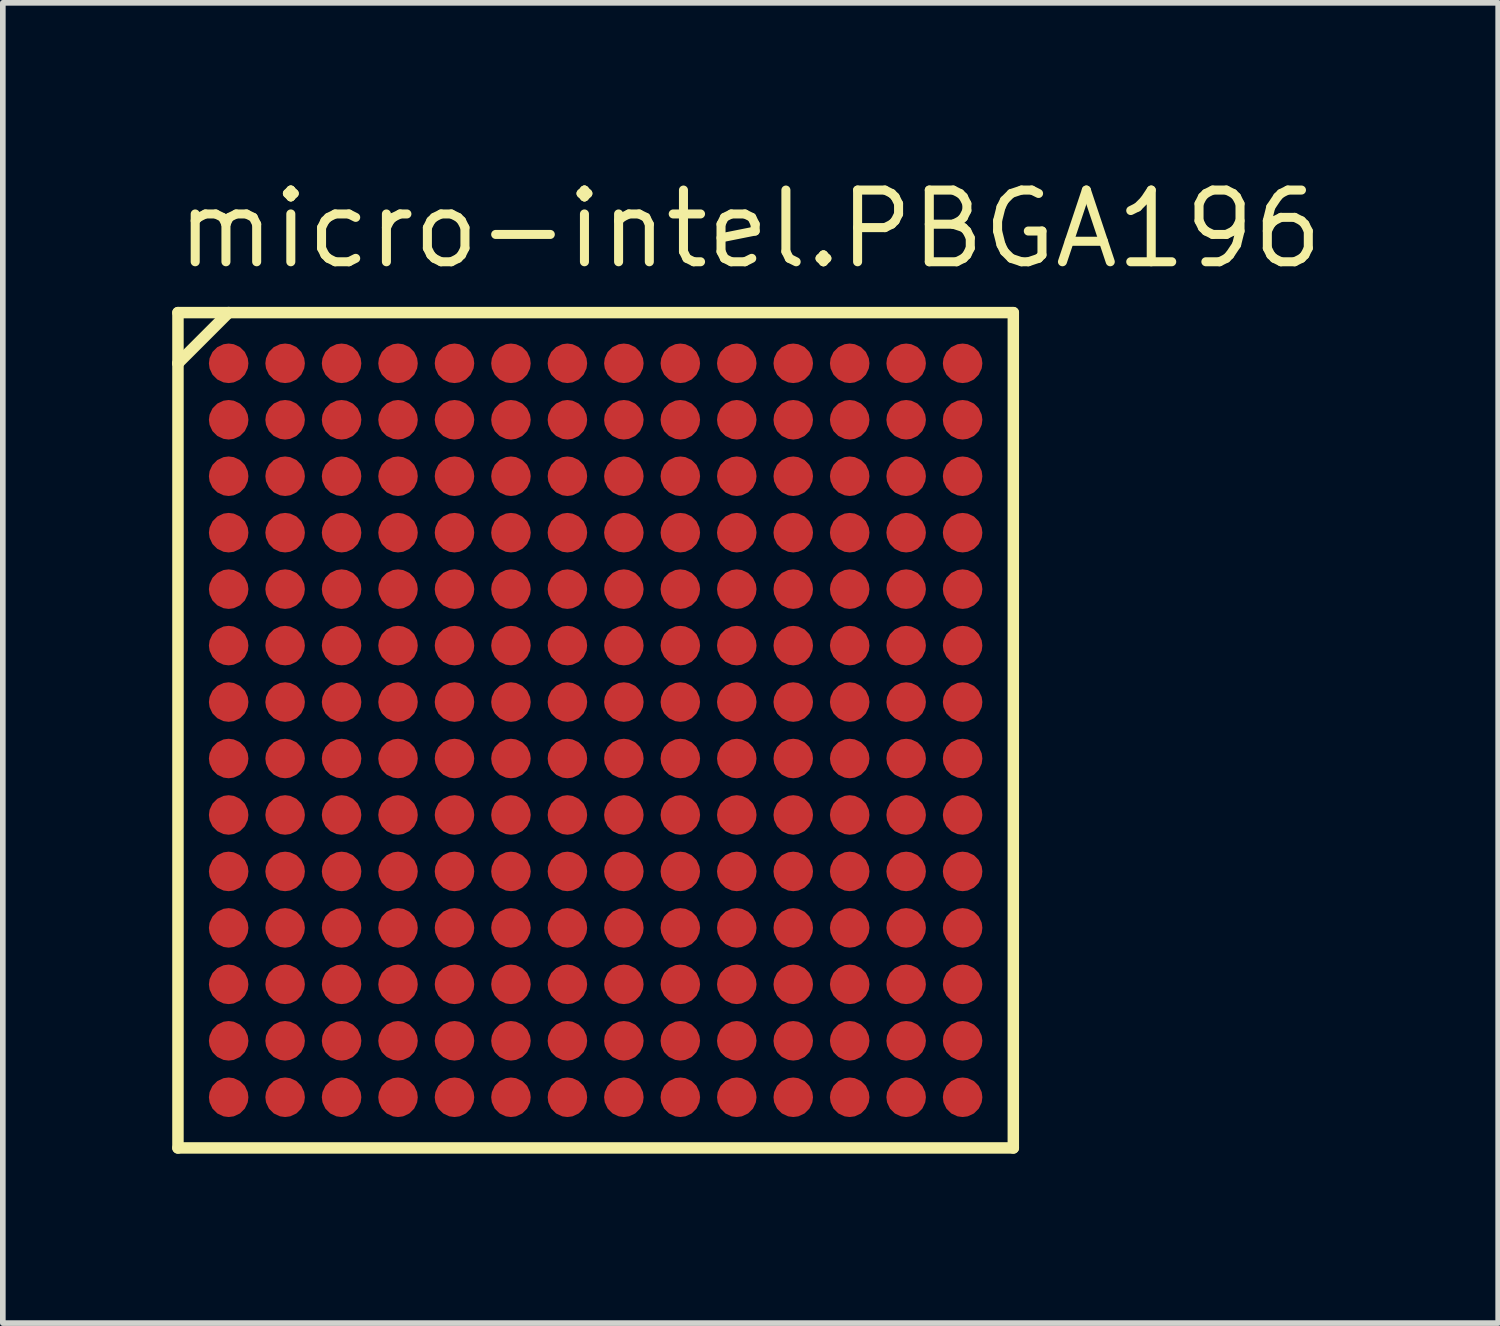
<source format=kicad_pcb>
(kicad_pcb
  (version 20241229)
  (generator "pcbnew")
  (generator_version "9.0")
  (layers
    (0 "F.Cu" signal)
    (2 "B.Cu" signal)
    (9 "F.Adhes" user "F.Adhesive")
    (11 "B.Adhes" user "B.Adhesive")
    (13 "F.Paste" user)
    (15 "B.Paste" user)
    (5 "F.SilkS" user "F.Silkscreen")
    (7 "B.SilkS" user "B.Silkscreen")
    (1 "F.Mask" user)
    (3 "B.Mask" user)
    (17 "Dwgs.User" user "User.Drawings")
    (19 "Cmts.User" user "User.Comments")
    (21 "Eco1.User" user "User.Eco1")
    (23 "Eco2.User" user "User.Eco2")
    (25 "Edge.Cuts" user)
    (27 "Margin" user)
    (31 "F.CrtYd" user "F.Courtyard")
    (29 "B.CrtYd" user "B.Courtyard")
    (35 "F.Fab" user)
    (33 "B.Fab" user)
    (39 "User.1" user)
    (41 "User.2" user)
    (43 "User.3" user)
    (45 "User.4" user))
  (footprint "micro-intel.PBGA196"
    (layer "F.Cu")
    (at 7.5 9.885)
    (property "Reference" "micro-intel.PBGA196" (at -7.5 -8.135 0) (layer "F.SilkS") (effects (font (size 1.27 1.27) (thickness 0.16)) (justify left bottom)))
    (attr smd)
    (fp_circle (center -6.5 -6.5) (end -6.2 -6.5) (stroke (width 0.1) (type default)) (fill no) (layer "F.Mask"))
    (fp_circle (center -6.5 -5.5) (end -6.2 -5.5) (stroke (width 0.1) (type default)) (fill no) (layer "F.Mask"))
    (fp_circle (center -6.5 -4.5) (end -6.2 -4.5) (stroke (width 0.1) (type default)) (fill no) (layer "F.Mask"))
    (fp_circle (center -6.5 -3.5) (end -6.2 -3.5) (stroke (width 0.1) (type default)) (fill no) (layer "F.Mask"))
    (fp_circle (center -6.5 -2.5) (end -6.2 -2.5) (stroke (width 0.1) (type default)) (fill no) (layer "F.Mask"))
    (fp_circle (center -6.5 -1.5) (end -6.2 -1.5) (stroke (width 0.1) (type default)) (fill no) (layer "F.Mask"))
    (fp_circle (center -6.5 -0.5) (end -6.2 -0.5) (stroke (width 0.1) (type default)) (fill no) (layer "F.Mask"))
    (fp_circle (center -6.5 0.5) (end -6.2 0.5) (stroke (width 0.1) (type default)) (fill no) (layer "F.Mask"))
    (fp_circle (center -6.5 1.5) (end -6.2 1.5) (stroke (width 0.1) (type default)) (fill no) (layer "F.Mask"))
    (fp_circle (center -6.5 2.5) (end -6.2 2.5) (stroke (width 0.1) (type default)) (fill no) (layer "F.Mask"))
    (fp_circle (center -6.5 3.5) (end -6.2 3.5) (stroke (width 0.1) (type default)) (fill no) (layer "F.Mask"))
    (fp_circle (center -6.5 4.5) (end -6.2 4.5) (stroke (width 0.1) (type default)) (fill no) (layer "F.Mask"))
    (fp_circle (center -6.5 5.5) (end -6.2 5.5) (stroke (width 0.1) (type default)) (fill no) (layer "F.Mask"))
    (fp_circle (center -6.5 6.5) (end -6.2 6.5) (stroke (width 0.1) (type default)) (fill no) (layer "F.Mask"))
    (fp_circle (center -5.5 -6.5) (end -5.2 -6.5) (stroke (width 0.1) (type default)) (fill no) (layer "F.Mask"))
    (fp_circle (center -5.5 -5.5) (end -5.2 -5.5) (stroke (width 0.1) (type default)) (fill no) (layer "F.Mask"))
    (fp_circle (center -5.5 -4.5) (end -5.2 -4.5) (stroke (width 0.1) (type default)) (fill no) (layer "F.Mask"))
    (fp_circle (center -5.5 -3.5) (end -5.2 -3.5) (stroke (width 0.1) (type default)) (fill no) (layer "F.Mask"))
    (fp_circle (center -5.5 -2.5) (end -5.2 -2.5) (stroke (width 0.1) (type default)) (fill no) (layer "F.Mask"))
    (fp_circle (center -5.5 -1.5) (end -5.2 -1.5) (stroke (width 0.1) (type default)) (fill no) (layer "F.Mask"))
    (fp_circle (center -5.5 -0.5) (end -5.2 -0.5) (stroke (width 0.1) (type default)) (fill no) (layer "F.Mask"))
    (fp_circle (center -5.5 0.5) (end -5.2 0.5) (stroke (width 0.1) (type default)) (fill no) (layer "F.Mask"))
    (fp_circle (center -5.5 1.5) (end -5.2 1.5) (stroke (width 0.1) (type default)) (fill no) (layer "F.Mask"))
    (fp_circle (center -5.5 2.5) (end -5.2 2.5) (stroke (width 0.1) (type default)) (fill no) (layer "F.Mask"))
    (fp_circle (center -5.5 3.5) (end -5.2 3.5) (stroke (width 0.1) (type default)) (fill no) (layer "F.Mask"))
    (fp_circle (center -5.5 4.5) (end -5.2 4.5) (stroke (width 0.1) (type default)) (fill no) (layer "F.Mask"))
    (fp_circle (center -5.5 5.5) (end -5.2 5.5) (stroke (width 0.1) (type default)) (fill no) (layer "F.Mask"))
    (fp_circle (center -5.5 6.5) (end -5.2 6.5) (stroke (width 0.1) (type default)) (fill no) (layer "F.Mask"))
    (fp_circle (center -4.5 -6.5) (end -4.2 -6.5) (stroke (width 0.1) (type default)) (fill no) (layer "F.Mask"))
    (fp_circle (center -4.5 -5.5) (end -4.2 -5.5) (stroke (width 0.1) (type default)) (fill no) (layer "F.Mask"))
    (fp_circle (center -4.5 -4.5) (end -4.2 -4.5) (stroke (width 0.1) (type default)) (fill no) (layer "F.Mask"))
    (fp_circle (center -4.5 -3.5) (end -4.2 -3.5) (stroke (width 0.1) (type default)) (fill no) (layer "F.Mask"))
    (fp_circle (center -4.5 -2.5) (end -4.2 -2.5) (stroke (width 0.1) (type default)) (fill no) (layer "F.Mask"))
    (fp_circle (center -4.5 -1.5) (end -4.2 -1.5) (stroke (width 0.1) (type default)) (fill no) (layer "F.Mask"))
    (fp_circle (center -4.5 -0.5) (end -4.2 -0.5) (stroke (width 0.1) (type default)) (fill no) (layer "F.Mask"))
    (fp_circle (center -4.5 0.5) (end -4.2 0.5) (stroke (width 0.1) (type default)) (fill no) (layer "F.Mask"))
    (fp_circle (center -4.5 1.5) (end -4.2 1.5) (stroke (width 0.1) (type default)) (fill no) (layer "F.Mask"))
    (fp_circle (center -4.5 2.5) (end -4.2 2.5) (stroke (width 0.1) (type default)) (fill no) (layer "F.Mask"))
    (fp_circle (center -4.5 3.5) (end -4.2 3.5) (stroke (width 0.1) (type default)) (fill no) (layer "F.Mask"))
    (fp_circle (center -4.5 4.5) (end -4.2 4.5) (stroke (width 0.1) (type default)) (fill no) (layer "F.Mask"))
    (fp_circle (center -4.5 5.5) (end -4.2 5.5) (stroke (width 0.1) (type default)) (fill no) (layer "F.Mask"))
    (fp_circle (center -4.5 6.5) (end -4.2 6.5) (stroke (width 0.1) (type default)) (fill no) (layer "F.Mask"))
    (fp_circle (center -3.5 -6.5) (end -3.2 -6.5) (stroke (width 0.1) (type default)) (fill no) (layer "F.Mask"))
    (fp_circle (center -3.5 -5.5) (end -3.2 -5.5) (stroke (width 0.1) (type default)) (fill no) (layer "F.Mask"))
    (fp_circle (center -3.5 -4.5) (end -3.2 -4.5) (stroke (width 0.1) (type default)) (fill no) (layer "F.Mask"))
    (fp_circle (center -3.5 -3.5) (end -3.2 -3.5) (stroke (width 0.1) (type default)) (fill no) (layer "F.Mask"))
    (fp_circle (center -3.5 -2.5) (end -3.2 -2.5) (stroke (width 0.1) (type default)) (fill no) (layer "F.Mask"))
    (fp_circle (center -3.5 -1.5) (end -3.2 -1.5) (stroke (width 0.1) (type default)) (fill no) (layer "F.Mask"))
    (fp_circle (center -3.5 -0.5) (end -3.2 -0.5) (stroke (width 0.1) (type default)) (fill no) (layer "F.Mask"))
    (fp_circle (center -3.5 0.5) (end -3.2 0.5) (stroke (width 0.1) (type default)) (fill no) (layer "F.Mask"))
    (fp_circle (center -3.5 1.5) (end -3.2 1.5) (stroke (width 0.1) (type default)) (fill no) (layer "F.Mask"))
    (fp_circle (center -3.5 2.5) (end -3.2 2.5) (stroke (width 0.1) (type default)) (fill no) (layer "F.Mask"))
    (fp_circle (center -3.5 3.5) (end -3.2 3.5) (stroke (width 0.1) (type default)) (fill no) (layer "F.Mask"))
    (fp_circle (center -3.5 4.5) (end -3.2 4.5) (stroke (width 0.1) (type default)) (fill no) (layer "F.Mask"))
    (fp_circle (center -3.5 5.5) (end -3.2 5.5) (stroke (width 0.1) (type default)) (fill no) (layer "F.Mask"))
    (fp_circle (center -3.5 6.5) (end -3.2 6.5) (stroke (width 0.1) (type default)) (fill no) (layer "F.Mask"))
    (fp_circle (center -2.5 -6.5) (end -2.2 -6.5) (stroke (width 0.1) (type default)) (fill no) (layer "F.Mask"))
    (fp_circle (center -2.5 -5.5) (end -2.2 -5.5) (stroke (width 0.1) (type default)) (fill no) (layer "F.Mask"))
    (fp_circle (center -2.5 -4.5) (end -2.2 -4.5) (stroke (width 0.1) (type default)) (fill no) (layer "F.Mask"))
    (fp_circle (center -2.5 -3.5) (end -2.2 -3.5) (stroke (width 0.1) (type default)) (fill no) (layer "F.Mask"))
    (fp_circle (center -2.5 -2.5) (end -2.2 -2.5) (stroke (width 0.1) (type default)) (fill no) (layer "F.Mask"))
    (fp_circle (center -2.5 -1.5) (end -2.2 -1.5) (stroke (width 0.1) (type default)) (fill no) (layer "F.Mask"))
    (fp_circle (center -2.5 -0.5) (end -2.2 -0.5) (stroke (width 0.1) (type default)) (fill no) (layer "F.Mask"))
    (fp_circle (center -2.5 0.5) (end -2.2 0.5) (stroke (width 0.1) (type default)) (fill no) (layer "F.Mask"))
    (fp_circle (center -2.5 1.5) (end -2.2 1.5) (stroke (width 0.1) (type default)) (fill no) (layer "F.Mask"))
    (fp_circle (center -2.5 2.5) (end -2.2 2.5) (stroke (width 0.1) (type default)) (fill no) (layer "F.Mask"))
    (fp_circle (center -2.5 3.5) (end -2.2 3.5) (stroke (width 0.1) (type default)) (fill no) (layer "F.Mask"))
    (fp_circle (center -2.5 4.5) (end -2.2 4.5) (stroke (width 0.1) (type default)) (fill no) (layer "F.Mask"))
    (fp_circle (center -2.5 5.5) (end -2.2 5.5) (stroke (width 0.1) (type default)) (fill no) (layer "F.Mask"))
    (fp_circle (center -2.5 6.5) (end -2.2 6.5) (stroke (width 0.1) (type default)) (fill no) (layer "F.Mask"))
    (fp_circle (center -1.5 -6.5) (end -1.2 -6.5) (stroke (width 0.1) (type default)) (fill no) (layer "F.Mask"))
    (fp_circle (center -1.5 -5.5) (end -1.2 -5.5) (stroke (width 0.1) (type default)) (fill no) (layer "F.Mask"))
    (fp_circle (center -1.5 -4.5) (end -1.2 -4.5) (stroke (width 0.1) (type default)) (fill no) (layer "F.Mask"))
    (fp_circle (center -1.5 -3.5) (end -1.2 -3.5) (stroke (width 0.1) (type default)) (fill no) (layer "F.Mask"))
    (fp_circle (center -1.5 -2.5) (end -1.2 -2.5) (stroke (width 0.1) (type default)) (fill no) (layer "F.Mask"))
    (fp_circle (center -1.5 -1.5) (end -1.2 -1.5) (stroke (width 0.1) (type default)) (fill no) (layer "F.Mask"))
    (fp_circle (center -1.5 -0.5) (end -1.2 -0.5) (stroke (width 0.1) (type default)) (fill no) (layer "F.Mask"))
    (fp_circle (center -1.5 0.5) (end -1.2 0.5) (stroke (width 0.1) (type default)) (fill no) (layer "F.Mask"))
    (fp_circle (center -1.5 1.5) (end -1.2 1.5) (stroke (width 0.1) (type default)) (fill no) (layer "F.Mask"))
    (fp_circle (center -1.5 2.5) (end -1.2 2.5) (stroke (width 0.1) (type default)) (fill no) (layer "F.Mask"))
    (fp_circle (center -1.5 3.5) (end -1.2 3.5) (stroke (width 0.1) (type default)) (fill no) (layer "F.Mask"))
    (fp_circle (center -1.5 4.5) (end -1.2 4.5) (stroke (width 0.1) (type default)) (fill no) (layer "F.Mask"))
    (fp_circle (center -1.5 5.5) (end -1.2 5.5) (stroke (width 0.1) (type default)) (fill no) (layer "F.Mask"))
    (fp_circle (center -1.5 6.5) (end -1.2 6.5) (stroke (width 0.1) (type default)) (fill no) (layer "F.Mask"))
    (fp_circle (center -0.5 -6.5) (end -0.2 -6.5) (stroke (width 0.1) (type default)) (fill no) (layer "F.Mask"))
    (fp_circle (center -0.5 -5.5) (end -0.2 -5.5) (stroke (width 0.1) (type default)) (fill no) (layer "F.Mask"))
    (fp_circle (center -0.5 -4.5) (end -0.2 -4.5) (stroke (width 0.1) (type default)) (fill no) (layer "F.Mask"))
    (fp_circle (center -0.5 -3.5) (end -0.2 -3.5) (stroke (width 0.1) (type default)) (fill no) (layer "F.Mask"))
    (fp_circle (center -0.5 -2.5) (end -0.2 -2.5) (stroke (width 0.1) (type default)) (fill no) (layer "F.Mask"))
    (fp_circle (center -0.5 -1.5) (end -0.2 -1.5) (stroke (width 0.1) (type default)) (fill no) (layer "F.Mask"))
    (fp_circle (center -0.5 -0.5) (end -0.2 -0.5) (stroke (width 0.1) (type default)) (fill no) (layer "F.Mask"))
    (fp_circle (center -0.5 0.5) (end -0.2 0.5) (stroke (width 0.1) (type default)) (fill no) (layer "F.Mask"))
    (fp_circle (center -0.5 1.5) (end -0.2 1.5) (stroke (width 0.1) (type default)) (fill no) (layer "F.Mask"))
    (fp_circle (center -0.5 2.5) (end -0.2 2.5) (stroke (width 0.1) (type default)) (fill no) (layer "F.Mask"))
    (fp_circle (center -0.5 3.5) (end -0.2 3.5) (stroke (width 0.1) (type default)) (fill no) (layer "F.Mask"))
    (fp_circle (center -0.5 4.5) (end -0.2 4.5) (stroke (width 0.1) (type default)) (fill no) (layer "F.Mask"))
    (fp_circle (center -0.5 5.5) (end -0.2 5.5) (stroke (width 0.1) (type default)) (fill no) (layer "F.Mask"))
    (fp_circle (center -0.5 6.5) (end -0.2 6.5) (stroke (width 0.1) (type default)) (fill no) (layer "F.Mask"))
    (fp_circle (center 0.5 -6.5) (end 0.8 -6.5) (stroke (width 0.1) (type default)) (fill no) (layer "F.Mask"))
    (fp_circle (center 0.5 -5.5) (end 0.8 -5.5) (stroke (width 0.1) (type default)) (fill no) (layer "F.Mask"))
    (fp_circle (center 0.5 -4.5) (end 0.8 -4.5) (stroke (width 0.1) (type default)) (fill no) (layer "F.Mask"))
    (fp_circle (center 0.5 -3.5) (end 0.8 -3.5) (stroke (width 0.1) (type default)) (fill no) (layer "F.Mask"))
    (fp_circle (center 0.5 -2.5) (end 0.8 -2.5) (stroke (width 0.1) (type default)) (fill no) (layer "F.Mask"))
    (fp_circle (center 0.5 -1.5) (end 0.8 -1.5) (stroke (width 0.1) (type default)) (fill no) (layer "F.Mask"))
    (fp_circle (center 0.5 -0.5) (end 0.8 -0.5) (stroke (width 0.1) (type default)) (fill no) (layer "F.Mask"))
    (fp_circle (center 0.5 0.5) (end 0.8 0.5) (stroke (width 0.1) (type default)) (fill no) (layer "F.Mask"))
    (fp_circle (center 0.5 1.5) (end 0.8 1.5) (stroke (width 0.1) (type default)) (fill no) (layer "F.Mask"))
    (fp_circle (center 0.5 2.5) (end 0.8 2.5) (stroke (width 0.1) (type default)) (fill no) (layer "F.Mask"))
    (fp_circle (center 0.5 3.5) (end 0.8 3.5) (stroke (width 0.1) (type default)) (fill no) (layer "F.Mask"))
    (fp_circle (center 0.5 4.5) (end 0.8 4.5) (stroke (width 0.1) (type default)) (fill no) (layer "F.Mask"))
    (fp_circle (center 0.5 5.5) (end 0.8 5.5) (stroke (width 0.1) (type default)) (fill no) (layer "F.Mask"))
    (fp_circle (center 0.5 6.5) (end 0.8 6.5) (stroke (width 0.1) (type default)) (fill no) (layer "F.Mask"))
    (fp_circle (center 1.5 -6.5) (end 1.8 -6.5) (stroke (width 0.1) (type default)) (fill no) (layer "F.Mask"))
    (fp_circle (center 1.5 -5.5) (end 1.8 -5.5) (stroke (width 0.1) (type default)) (fill no) (layer "F.Mask"))
    (fp_circle (center 1.5 -4.5) (end 1.8 -4.5) (stroke (width 0.1) (type default)) (fill no) (layer "F.Mask"))
    (fp_circle (center 1.5 -3.5) (end 1.8 -3.5) (stroke (width 0.1) (type default)) (fill no) (layer "F.Mask"))
    (fp_circle (center 1.5 -2.5) (end 1.8 -2.5) (stroke (width 0.1) (type default)) (fill no) (layer "F.Mask"))
    (fp_circle (center 1.5 -1.5) (end 1.8 -1.5) (stroke (width 0.1) (type default)) (fill no) (layer "F.Mask"))
    (fp_circle (center 1.5 -0.5) (end 1.8 -0.5) (stroke (width 0.1) (type default)) (fill no) (layer "F.Mask"))
    (fp_circle (center 1.5 0.5) (end 1.8 0.5) (stroke (width 0.1) (type default)) (fill no) (layer "F.Mask"))
    (fp_circle (center 1.5 1.5) (end 1.8 1.5) (stroke (width 0.1) (type default)) (fill no) (layer "F.Mask"))
    (fp_circle (center 1.5 2.5) (end 1.8 2.5) (stroke (width 0.1) (type default)) (fill no) (layer "F.Mask"))
    (fp_circle (center 1.5 3.5) (end 1.8 3.5) (stroke (width 0.1) (type default)) (fill no) (layer "F.Mask"))
    (fp_circle (center 1.5 4.5) (end 1.8 4.5) (stroke (width 0.1) (type default)) (fill no) (layer "F.Mask"))
    (fp_circle (center 1.5 5.5) (end 1.8 5.5) (stroke (width 0.1) (type default)) (fill no) (layer "F.Mask"))
    (fp_circle (center 1.5 6.5) (end 1.8 6.5) (stroke (width 0.1) (type default)) (fill no) (layer "F.Mask"))
    (fp_circle (center 2.5 -6.5) (end 2.8 -6.5) (stroke (width 0.1) (type default)) (fill no) (layer "F.Mask"))
    (fp_circle (center 2.5 -5.5) (end 2.8 -5.5) (stroke (width 0.1) (type default)) (fill no) (layer "F.Mask"))
    (fp_circle (center 2.5 -4.5) (end 2.8 -4.5) (stroke (width 0.1) (type default)) (fill no) (layer "F.Mask"))
    (fp_circle (center 2.5 -3.5) (end 2.8 -3.5) (stroke (width 0.1) (type default)) (fill no) (layer "F.Mask"))
    (fp_circle (center 2.5 -2.5) (end 2.8 -2.5) (stroke (width 0.1) (type default)) (fill no) (layer "F.Mask"))
    (fp_circle (center 2.5 -1.5) (end 2.8 -1.5) (stroke (width 0.1) (type default)) (fill no) (layer "F.Mask"))
    (fp_circle (center 2.5 -0.5) (end 2.8 -0.5) (stroke (width 0.1) (type default)) (fill no) (layer "F.Mask"))
    (fp_circle (center 2.5 0.5) (end 2.8 0.5) (stroke (width 0.1) (type default)) (fill no) (layer "F.Mask"))
    (fp_circle (center 2.5 1.5) (end 2.8 1.5) (stroke (width 0.1) (type default)) (fill no) (layer "F.Mask"))
    (fp_circle (center 2.5 2.5) (end 2.8 2.5) (stroke (width 0.1) (type default)) (fill no) (layer "F.Mask"))
    (fp_circle (center 2.5 3.5) (end 2.8 3.5) (stroke (width 0.1) (type default)) (fill no) (layer "F.Mask"))
    (fp_circle (center 2.5 4.5) (end 2.8 4.5) (stroke (width 0.1) (type default)) (fill no) (layer "F.Mask"))
    (fp_circle (center 2.5 5.5) (end 2.8 5.5) (stroke (width 0.1) (type default)) (fill no) (layer "F.Mask"))
    (fp_circle (center 2.5 6.5) (end 2.8 6.5) (stroke (width 0.1) (type default)) (fill no) (layer "F.Mask"))
    (fp_circle (center 3.5 -6.5) (end 3.8 -6.5) (stroke (width 0.1) (type default)) (fill no) (layer "F.Mask"))
    (fp_circle (center 3.5 -5.5) (end 3.8 -5.5) (stroke (width 0.1) (type default)) (fill no) (layer "F.Mask"))
    (fp_circle (center 3.5 -4.5) (end 3.8 -4.5) (stroke (width 0.1) (type default)) (fill no) (layer "F.Mask"))
    (fp_circle (center 3.5 -3.5) (end 3.8 -3.5) (stroke (width 0.1) (type default)) (fill no) (layer "F.Mask"))
    (fp_circle (center 3.5 -2.5) (end 3.8 -2.5) (stroke (width 0.1) (type default)) (fill no) (layer "F.Mask"))
    (fp_circle (center 3.5 -1.5) (end 3.8 -1.5) (stroke (width 0.1) (type default)) (fill no) (layer "F.Mask"))
    (fp_circle (center 3.5 -0.5) (end 3.8 -0.5) (stroke (width 0.1) (type default)) (fill no) (layer "F.Mask"))
    (fp_circle (center 3.5 0.5) (end 3.8 0.5) (stroke (width 0.1) (type default)) (fill no) (layer "F.Mask"))
    (fp_circle (center 3.5 1.5) (end 3.8 1.5) (stroke (width 0.1) (type default)) (fill no) (layer "F.Mask"))
    (fp_circle (center 3.5 2.5) (end 3.8 2.5) (stroke (width 0.1) (type default)) (fill no) (layer "F.Mask"))
    (fp_circle (center 3.5 3.5) (end 3.8 3.5) (stroke (width 0.1) (type default)) (fill no) (layer "F.Mask"))
    (fp_circle (center 3.5 4.5) (end 3.8 4.5) (stroke (width 0.1) (type default)) (fill no) (layer "F.Mask"))
    (fp_circle (center 3.5 5.5) (end 3.8 5.5) (stroke (width 0.1) (type default)) (fill no) (layer "F.Mask"))
    (fp_circle (center 3.5 6.5) (end 3.8 6.5) (stroke (width 0.1) (type default)) (fill no) (layer "F.Mask"))
    (fp_circle (center 4.5 -6.5) (end 4.8 -6.5) (stroke (width 0.1) (type default)) (fill no) (layer "F.Mask"))
    (fp_circle (center 4.5 -5.5) (end 4.8 -5.5) (stroke (width 0.1) (type default)) (fill no) (layer "F.Mask"))
    (fp_circle (center 4.5 -4.5) (end 4.8 -4.5) (stroke (width 0.1) (type default)) (fill no) (layer "F.Mask"))
    (fp_circle (center 4.5 -3.5) (end 4.8 -3.5) (stroke (width 0.1) (type default)) (fill no) (layer "F.Mask"))
    (fp_circle (center 4.5 -2.5) (end 4.8 -2.5) (stroke (width 0.1) (type default)) (fill no) (layer "F.Mask"))
    (fp_circle (center 4.5 -1.5) (end 4.8 -1.5) (stroke (width 0.1) (type default)) (fill no) (layer "F.Mask"))
    (fp_circle (center 4.5 -0.5) (end 4.8 -0.5) (stroke (width 0.1) (type default)) (fill no) (layer "F.Mask"))
    (fp_circle (center 4.5 0.5) (end 4.8 0.5) (stroke (width 0.1) (type default)) (fill no) (layer "F.Mask"))
    (fp_circle (center 4.5 1.5) (end 4.8 1.5) (stroke (width 0.1) (type default)) (fill no) (layer "F.Mask"))
    (fp_circle (center 4.5 2.5) (end 4.8 2.5) (stroke (width 0.1) (type default)) (fill no) (layer "F.Mask"))
    (fp_circle (center 4.5 3.5) (end 4.8 3.5) (stroke (width 0.1) (type default)) (fill no) (layer "F.Mask"))
    (fp_circle (center 4.5 4.5) (end 4.8 4.5) (stroke (width 0.1) (type default)) (fill no) (layer "F.Mask"))
    (fp_circle (center 4.5 5.5) (end 4.8 5.5) (stroke (width 0.1) (type default)) (fill no) (layer "F.Mask"))
    (fp_circle (center 4.5 6.5) (end 4.8 6.5) (stroke (width 0.1) (type default)) (fill no) (layer "F.Mask"))
    (fp_circle (center 5.5 -6.5) (end 5.8 -6.5) (stroke (width 0.1) (type default)) (fill no) (layer "F.Mask"))
    (fp_circle (center 5.5 -5.5) (end 5.8 -5.5) (stroke (width 0.1) (type default)) (fill no) (layer "F.Mask"))
    (fp_circle (center 5.5 -4.5) (end 5.8 -4.5) (stroke (width 0.1) (type default)) (fill no) (layer "F.Mask"))
    (fp_circle (center 5.5 -3.5) (end 5.8 -3.5) (stroke (width 0.1) (type default)) (fill no) (layer "F.Mask"))
    (fp_circle (center 5.5 -2.5) (end 5.8 -2.5) (stroke (width 0.1) (type default)) (fill no) (layer "F.Mask"))
    (fp_circle (center 5.5 -1.5) (end 5.8 -1.5) (stroke (width 0.1) (type default)) (fill no) (layer "F.Mask"))
    (fp_circle (center 5.5 -0.5) (end 5.8 -0.5) (stroke (width 0.1) (type default)) (fill no) (layer "F.Mask"))
    (fp_circle (center 5.5 0.5) (end 5.8 0.5) (stroke (width 0.1) (type default)) (fill no) (layer "F.Mask"))
    (fp_circle (center 5.5 1.5) (end 5.8 1.5) (stroke (width 0.1) (type default)) (fill no) (layer "F.Mask"))
    (fp_circle (center 5.5 2.5) (end 5.8 2.5) (stroke (width 0.1) (type default)) (fill no) (layer "F.Mask"))
    (fp_circle (center 5.5 3.5) (end 5.8 3.5) (stroke (width 0.1) (type default)) (fill no) (layer "F.Mask"))
    (fp_circle (center 5.5 4.5) (end 5.8 4.5) (stroke (width 0.1) (type default)) (fill no) (layer "F.Mask"))
    (fp_circle (center 5.5 5.5) (end 5.8 5.5) (stroke (width 0.1) (type default)) (fill no) (layer "F.Mask"))
    (fp_circle (center 5.5 6.5) (end 5.8 6.5) (stroke (width 0.1) (type default)) (fill no) (layer "F.Mask"))
    (fp_circle (center 6.5 -6.5) (end 6.8 -6.5) (stroke (width 0.1) (type default)) (fill no) (layer "F.Mask"))
    (fp_circle (center 6.5 -5.5) (end 6.8 -5.5) (stroke (width 0.1) (type default)) (fill no) (layer "F.Mask"))
    (fp_circle (center 6.5 -4.5) (end 6.8 -4.5) (stroke (width 0.1) (type default)) (fill no) (layer "F.Mask"))
    (fp_circle (center 6.5 -3.5) (end 6.8 -3.5) (stroke (width 0.1) (type default)) (fill no) (layer "F.Mask"))
    (fp_circle (center 6.5 -2.5) (end 6.8 -2.5) (stroke (width 0.1) (type default)) (fill no) (layer "F.Mask"))
    (fp_circle (center 6.5 -1.5) (end 6.8 -1.5) (stroke (width 0.1) (type default)) (fill no) (layer "F.Mask"))
    (fp_circle (center 6.5 -0.5) (end 6.8 -0.5) (stroke (width 0.1) (type default)) (fill no) (layer "F.Mask"))
    (fp_circle (center 6.5 0.5) (end 6.8 0.5) (stroke (width 0.1) (type default)) (fill no) (layer "F.Mask"))
    (fp_circle (center 6.5 1.5) (end 6.8 1.5) (stroke (width 0.1) (type default)) (fill no) (layer "F.Mask"))
    (fp_circle (center 6.5 2.5) (end 6.8 2.5) (stroke (width 0.1) (type default)) (fill no) (layer "F.Mask"))
    (fp_circle (center 6.5 3.5) (end 6.8 3.5) (stroke (width 0.1) (type default)) (fill no) (layer "F.Mask"))
    (fp_circle (center 6.5 4.5) (end 6.8 4.5) (stroke (width 0.1) (type default)) (fill no) (layer "F.Mask"))
    (fp_circle (center 6.5 5.5) (end 6.8 5.5) (stroke (width 0.1) (type default)) (fill no) (layer "F.Mask"))
    (fp_circle (center 6.5 6.5) (end 6.8 6.5) (stroke (width 0.1) (type default)) (fill no) (layer "F.Mask"))
    (fp_line (start -7.398 -7.398) (end -7.398 -6.5) (stroke (width 0.203) (type default)) (layer "F.SilkS"))
    (fp_line (start -7.398 -6.5) (end -7.398 7.398) (stroke (width 0.203) (type default)) (layer "F.SilkS"))
    (fp_line (start -7.398 -6.5) (end -6.5 -7.398) (stroke (width 0.203) (type default)) (layer "F.SilkS"))
    (fp_line (start -7.398 7.398) (end 7.398 7.398) (stroke (width 0.203) (type default)) (layer "F.SilkS"))
    (fp_line (start -6.5 -7.398) (end -7.398 -7.398) (stroke (width 0.203) (type default)) (layer "F.SilkS"))
    (fp_line (start 7.398 -7.398) (end -6.5 -7.398) (stroke (width 0.203) (type default)) (layer "F.SilkS"))
    (fp_line (start 7.398 7.398) (end 7.398 -7.398) (stroke (width 0.203) (type default)) (layer "F.SilkS"))
    (pad "A1" smd roundrect (at -6.5 -6.5) (size 0.7 0.7) (layers "F.Cu" "F.Mask" "F.Paste") (roundrect_rratio 0.5))
    (pad "A2" smd roundrect (at -5.5 -6.5) (size 0.7 0.7) (layers "F.Cu" "F.Mask" "F.Paste") (roundrect_rratio 0.5))
    (pad "A3" smd roundrect (at -4.5 -6.5) (size 0.7 0.7) (layers "F.Cu" "F.Mask" "F.Paste") (roundrect_rratio 0.5))
    (pad "A4" smd roundrect (at -3.5 -6.5) (size 0.7 0.7) (layers "F.Cu" "F.Mask" "F.Paste") (roundrect_rratio 0.5))
    (pad "A5" smd roundrect (at -2.5 -6.5) (size 0.7 0.7) (layers "F.Cu" "F.Mask" "F.Paste") (roundrect_rratio 0.5))
    (pad "A6" smd roundrect (at -1.5 -6.5) (size 0.7 0.7) (layers "F.Cu" "F.Mask" "F.Paste") (roundrect_rratio 0.5))
    (pad "A7" smd roundrect (at -0.5 -6.5) (size 0.7 0.7) (layers "F.Cu" "F.Mask" "F.Paste") (roundrect_rratio 0.5))
    (pad "A8" smd roundrect (at 0.5 -6.5) (size 0.7 0.7) (layers "F.Cu" "F.Mask" "F.Paste") (roundrect_rratio 0.5))
    (pad "A9" smd roundrect (at 1.5 -6.5) (size 0.7 0.7) (layers "F.Cu" "F.Mask" "F.Paste") (roundrect_rratio 0.5))
    (pad "A10" smd roundrect (at 2.5 -6.5) (size 0.7 0.7) (layers "F.Cu" "F.Mask" "F.Paste") (roundrect_rratio 0.5))
    (pad "A11" smd roundrect (at 3.5 -6.5) (size 0.7 0.7) (layers "F.Cu" "F.Mask" "F.Paste") (roundrect_rratio 0.5))
    (pad "A12" smd roundrect (at 4.5 -6.5) (size 0.7 0.7) (layers "F.Cu" "F.Mask" "F.Paste") (roundrect_rratio 0.5))
    (pad "A13" smd roundrect (at 5.5 -6.5) (size 0.7 0.7) (layers "F.Cu" "F.Mask" "F.Paste") (roundrect_rratio 0.5))
    (pad "A14" smd roundrect (at 6.5 -6.5) (size 0.7 0.7) (layers "F.Cu" "F.Mask" "F.Paste") (roundrect_rratio 0.5))
    (pad "B1" smd roundrect (at -6.5 -5.5) (size 0.7 0.7) (layers "F.Cu" "F.Mask" "F.Paste") (roundrect_rratio 0.5))
    (pad "B2" smd roundrect (at -5.5 -5.5) (size 0.7 0.7) (layers "F.Cu" "F.Mask" "F.Paste") (roundrect_rratio 0.5))
    (pad "B3" smd roundrect (at -4.5 -5.5) (size 0.7 0.7) (layers "F.Cu" "F.Mask" "F.Paste") (roundrect_rratio 0.5))
    (pad "B4" smd roundrect (at -3.5 -5.5) (size 0.7 0.7) (layers "F.Cu" "F.Mask" "F.Paste") (roundrect_rratio 0.5))
    (pad "B5" smd roundrect (at -2.5 -5.5) (size 0.7 0.7) (layers "F.Cu" "F.Mask" "F.Paste") (roundrect_rratio 0.5))
    (pad "B6" smd roundrect (at -1.5 -5.5) (size 0.7 0.7) (layers "F.Cu" "F.Mask" "F.Paste") (roundrect_rratio 0.5))
    (pad "B7" smd roundrect (at -0.5 -5.5) (size 0.7 0.7) (layers "F.Cu" "F.Mask" "F.Paste") (roundrect_rratio 0.5))
    (pad "B8" smd roundrect (at 0.5 -5.5) (size 0.7 0.7) (layers "F.Cu" "F.Mask" "F.Paste") (roundrect_rratio 0.5))
    (pad "B9" smd roundrect (at 1.5 -5.5) (size 0.7 0.7) (layers "F.Cu" "F.Mask" "F.Paste") (roundrect_rratio 0.5))
    (pad "B10" smd roundrect (at 2.5 -5.5) (size 0.7 0.7) (layers "F.Cu" "F.Mask" "F.Paste") (roundrect_rratio 0.5))
    (pad "B11" smd roundrect (at 3.5 -5.5) (size 0.7 0.7) (layers "F.Cu" "F.Mask" "F.Paste") (roundrect_rratio 0.5))
    (pad "B12" smd roundrect (at 4.5 -5.5) (size 0.7 0.7) (layers "F.Cu" "F.Mask" "F.Paste") (roundrect_rratio 0.5))
    (pad "B13" smd roundrect (at 5.5 -5.5) (size 0.7 0.7) (layers "F.Cu" "F.Mask" "F.Paste") (roundrect_rratio 0.5))
    (pad "B14" smd roundrect (at 6.5 -5.5) (size 0.7 0.7) (layers "F.Cu" "F.Mask" "F.Paste") (roundrect_rratio 0.5))
    (pad "C1" smd roundrect (at -6.5 -4.5) (size 0.7 0.7) (layers "F.Cu" "F.Mask" "F.Paste") (roundrect_rratio 0.5))
    (pad "C2" smd roundrect (at -5.5 -4.5) (size 0.7 0.7) (layers "F.Cu" "F.Mask" "F.Paste") (roundrect_rratio 0.5))
    (pad "C3" smd roundrect (at -4.5 -4.5) (size 0.7 0.7) (layers "F.Cu" "F.Mask" "F.Paste") (roundrect_rratio 0.5))
    (pad "C4" smd roundrect (at -3.5 -4.5) (size 0.7 0.7) (layers "F.Cu" "F.Mask" "F.Paste") (roundrect_rratio 0.5))
    (pad "C5" smd roundrect (at -2.5 -4.5) (size 0.7 0.7) (layers "F.Cu" "F.Mask" "F.Paste") (roundrect_rratio 0.5))
    (pad "C6" smd roundrect (at -1.5 -4.5) (size 0.7 0.7) (layers "F.Cu" "F.Mask" "F.Paste") (roundrect_rratio 0.5))
    (pad "C7" smd roundrect (at -0.5 -4.5) (size 0.7 0.7) (layers "F.Cu" "F.Mask" "F.Paste") (roundrect_rratio 0.5))
    (pad "C8" smd roundrect (at 0.5 -4.5) (size 0.7 0.7) (layers "F.Cu" "F.Mask" "F.Paste") (roundrect_rratio 0.5))
    (pad "C9" smd roundrect (at 1.5 -4.5) (size 0.7 0.7) (layers "F.Cu" "F.Mask" "F.Paste") (roundrect_rratio 0.5))
    (pad "C10" smd roundrect (at 2.5 -4.5) (size 0.7 0.7) (layers "F.Cu" "F.Mask" "F.Paste") (roundrect_rratio 0.5))
    (pad "C11" smd roundrect (at 3.5 -4.5) (size 0.7 0.7) (layers "F.Cu" "F.Mask" "F.Paste") (roundrect_rratio 0.5))
    (pad "C12" smd roundrect (at 4.5 -4.5) (size 0.7 0.7) (layers "F.Cu" "F.Mask" "F.Paste") (roundrect_rratio 0.5))
    (pad "C13" smd roundrect (at 5.5 -4.5) (size 0.7 0.7) (layers "F.Cu" "F.Mask" "F.Paste") (roundrect_rratio 0.5))
    (pad "C14" smd roundrect (at 6.5 -4.5) (size 0.7 0.7) (layers "F.Cu" "F.Mask" "F.Paste") (roundrect_rratio 0.5))
    (pad "D1" smd roundrect (at -6.5 -3.5) (size 0.7 0.7) (layers "F.Cu" "F.Mask" "F.Paste") (roundrect_rratio 0.5))
    (pad "D2" smd roundrect (at -5.5 -3.5) (size 0.7 0.7) (layers "F.Cu" "F.Mask" "F.Paste") (roundrect_rratio 0.5))
    (pad "D3" smd roundrect (at -4.5 -3.5) (size 0.7 0.7) (layers "F.Cu" "F.Mask" "F.Paste") (roundrect_rratio 0.5))
    (pad "D4" smd roundrect (at -3.5 -3.5) (size 0.7 0.7) (layers "F.Cu" "F.Mask" "F.Paste") (roundrect_rratio 0.5))
    (pad "D5" smd roundrect (at -2.5 -3.5) (size 0.7 0.7) (layers "F.Cu" "F.Mask" "F.Paste") (roundrect_rratio 0.5))
    (pad "D6" smd roundrect (at -1.5 -3.5) (size 0.7 0.7) (layers "F.Cu" "F.Mask" "F.Paste") (roundrect_rratio 0.5))
    (pad "D7" smd roundrect (at -0.5 -3.5) (size 0.7 0.7) (layers "F.Cu" "F.Mask" "F.Paste") (roundrect_rratio 0.5))
    (pad "D8" smd roundrect (at 0.5 -3.5) (size 0.7 0.7) (layers "F.Cu" "F.Mask" "F.Paste") (roundrect_rratio 0.5))
    (pad "D9" smd roundrect (at 1.5 -3.5) (size 0.7 0.7) (layers "F.Cu" "F.Mask" "F.Paste") (roundrect_rratio 0.5))
    (pad "D10" smd roundrect (at 2.5 -3.5) (size 0.7 0.7) (layers "F.Cu" "F.Mask" "F.Paste") (roundrect_rratio 0.5))
    (pad "D11" smd roundrect (at 3.5 -3.5) (size 0.7 0.7) (layers "F.Cu" "F.Mask" "F.Paste") (roundrect_rratio 0.5))
    (pad "D12" smd roundrect (at 4.5 -3.5) (size 0.7 0.7) (layers "F.Cu" "F.Mask" "F.Paste") (roundrect_rratio 0.5))
    (pad "D13" smd roundrect (at 5.5 -3.5) (size 0.7 0.7) (layers "F.Cu" "F.Mask" "F.Paste") (roundrect_rratio 0.5))
    (pad "D14" smd roundrect (at 6.5 -3.5) (size 0.7 0.7) (layers "F.Cu" "F.Mask" "F.Paste") (roundrect_rratio 0.5))
    (pad "E1" smd roundrect (at -6.5 -2.5) (size 0.7 0.7) (layers "F.Cu" "F.Mask" "F.Paste") (roundrect_rratio 0.5))
    (pad "E2" smd roundrect (at -5.5 -2.5) (size 0.7 0.7) (layers "F.Cu" "F.Mask" "F.Paste") (roundrect_rratio 0.5))
    (pad "E3" smd roundrect (at -4.5 -2.5) (size 0.7 0.7) (layers "F.Cu" "F.Mask" "F.Paste") (roundrect_rratio 0.5))
    (pad "E4" smd roundrect (at -3.5 -2.5) (size 0.7 0.7) (layers "F.Cu" "F.Mask" "F.Paste") (roundrect_rratio 0.5))
    (pad "E5" smd roundrect (at -2.5 -2.5) (size 0.7 0.7) (layers "F.Cu" "F.Mask" "F.Paste") (roundrect_rratio 0.5))
    (pad "E6" smd roundrect (at -1.5 -2.5) (size 0.7 0.7) (layers "F.Cu" "F.Mask" "F.Paste") (roundrect_rratio 0.5))
    (pad "E7" smd roundrect (at -0.5 -2.5) (size 0.7 0.7) (layers "F.Cu" "F.Mask" "F.Paste") (roundrect_rratio 0.5))
    (pad "E8" smd roundrect (at 0.5 -2.5) (size 0.7 0.7) (layers "F.Cu" "F.Mask" "F.Paste") (roundrect_rratio 0.5))
    (pad "E9" smd roundrect (at 1.5 -2.5) (size 0.7 0.7) (layers "F.Cu" "F.Mask" "F.Paste") (roundrect_rratio 0.5))
    (pad "E10" smd roundrect (at 2.5 -2.5) (size 0.7 0.7) (layers "F.Cu" "F.Mask" "F.Paste") (roundrect_rratio 0.5))
    (pad "E11" smd roundrect (at 3.5 -2.5) (size 0.7 0.7) (layers "F.Cu" "F.Mask" "F.Paste") (roundrect_rratio 0.5))
    (pad "E12" smd roundrect (at 4.5 -2.5) (size 0.7 0.7) (layers "F.Cu" "F.Mask" "F.Paste") (roundrect_rratio 0.5))
    (pad "E13" smd roundrect (at 5.5 -2.5) (size 0.7 0.7) (layers "F.Cu" "F.Mask" "F.Paste") (roundrect_rratio 0.5))
    (pad "E14" smd roundrect (at 6.5 -2.5) (size 0.7 0.7) (layers "F.Cu" "F.Mask" "F.Paste") (roundrect_rratio 0.5))
    (pad "F1" smd roundrect (at -6.5 -1.5) (size 0.7 0.7) (layers "F.Cu" "F.Mask" "F.Paste") (roundrect_rratio 0.5))
    (pad "F2" smd roundrect (at -5.5 -1.5) (size 0.7 0.7) (layers "F.Cu" "F.Mask" "F.Paste") (roundrect_rratio 0.5))
    (pad "F3" smd roundrect (at -4.5 -1.5) (size 0.7 0.7) (layers "F.Cu" "F.Mask" "F.Paste") (roundrect_rratio 0.5))
    (pad "F4" smd roundrect (at -3.5 -1.5) (size 0.7 0.7) (layers "F.Cu" "F.Mask" "F.Paste") (roundrect_rratio 0.5))
    (pad "F5" smd roundrect (at -2.5 -1.5) (size 0.7 0.7) (layers "F.Cu" "F.Mask" "F.Paste") (roundrect_rratio 0.5))
    (pad "F6" smd roundrect (at -1.5 -1.5) (size 0.7 0.7) (layers "F.Cu" "F.Mask" "F.Paste") (roundrect_rratio 0.5))
    (pad "F7" smd roundrect (at -0.5 -1.5) (size 0.7 0.7) (layers "F.Cu" "F.Mask" "F.Paste") (roundrect_rratio 0.5))
    (pad "F8" smd roundrect (at 0.5 -1.5) (size 0.7 0.7) (layers "F.Cu" "F.Mask" "F.Paste") (roundrect_rratio 0.5))
    (pad "F9" smd roundrect (at 1.5 -1.5) (size 0.7 0.7) (layers "F.Cu" "F.Mask" "F.Paste") (roundrect_rratio 0.5))
    (pad "F10" smd roundrect (at 2.5 -1.5) (size 0.7 0.7) (layers "F.Cu" "F.Mask" "F.Paste") (roundrect_rratio 0.5))
    (pad "F11" smd roundrect (at 3.5 -1.5) (size 0.7 0.7) (layers "F.Cu" "F.Mask" "F.Paste") (roundrect_rratio 0.5))
    (pad "F12" smd roundrect (at 4.5 -1.5) (size 0.7 0.7) (layers "F.Cu" "F.Mask" "F.Paste") (roundrect_rratio 0.5))
    (pad "F13" smd roundrect (at 5.5 -1.5) (size 0.7 0.7) (layers "F.Cu" "F.Mask" "F.Paste") (roundrect_rratio 0.5))
    (pad "F14" smd roundrect (at 6.5 -1.5) (size 0.7 0.7) (layers "F.Cu" "F.Mask" "F.Paste") (roundrect_rratio 0.5))
    (pad "G1" smd roundrect (at -6.5 -0.5) (size 0.7 0.7) (layers "F.Cu" "F.Mask" "F.Paste") (roundrect_rratio 0.5))
    (pad "G2" smd roundrect (at -5.5 -0.5) (size 0.7 0.7) (layers "F.Cu" "F.Mask" "F.Paste") (roundrect_rratio 0.5))
    (pad "G3" smd roundrect (at -4.5 -0.5) (size 0.7 0.7) (layers "F.Cu" "F.Mask" "F.Paste") (roundrect_rratio 0.5))
    (pad "G4" smd roundrect (at -3.5 -0.5) (size 0.7 0.7) (layers "F.Cu" "F.Mask" "F.Paste") (roundrect_rratio 0.5))
    (pad "G5" smd roundrect (at -2.5 -0.5) (size 0.7 0.7) (layers "F.Cu" "F.Mask" "F.Paste") (roundrect_rratio 0.5))
    (pad "G6" smd roundrect (at -1.5 -0.5) (size 0.7 0.7) (layers "F.Cu" "F.Mask" "F.Paste") (roundrect_rratio 0.5))
    (pad "G7" smd roundrect (at -0.5 -0.5) (size 0.7 0.7) (layers "F.Cu" "F.Mask" "F.Paste") (roundrect_rratio 0.5))
    (pad "G8" smd roundrect (at 0.5 -0.5) (size 0.7 0.7) (layers "F.Cu" "F.Mask" "F.Paste") (roundrect_rratio 0.5))
    (pad "G9" smd roundrect (at 1.5 -0.5) (size 0.7 0.7) (layers "F.Cu" "F.Mask" "F.Paste") (roundrect_rratio 0.5))
    (pad "G10" smd roundrect (at 2.5 -0.5) (size 0.7 0.7) (layers "F.Cu" "F.Mask" "F.Paste") (roundrect_rratio 0.5))
    (pad "G11" smd roundrect (at 3.5 -0.5) (size 0.7 0.7) (layers "F.Cu" "F.Mask" "F.Paste") (roundrect_rratio 0.5))
    (pad "G12" smd roundrect (at 4.5 -0.5) (size 0.7 0.7) (layers "F.Cu" "F.Mask" "F.Paste") (roundrect_rratio 0.5))
    (pad "G13" smd roundrect (at 5.5 -0.5) (size 0.7 0.7) (layers "F.Cu" "F.Mask" "F.Paste") (roundrect_rratio 0.5))
    (pad "G14" smd roundrect (at 6.5 -0.5) (size 0.7 0.7) (layers "F.Cu" "F.Mask" "F.Paste") (roundrect_rratio 0.5))
    (pad "H1" smd roundrect (at -6.5 0.5) (size 0.7 0.7) (layers "F.Cu" "F.Mask" "F.Paste") (roundrect_rratio 0.5))
    (pad "H2" smd roundrect (at -5.5 0.5) (size 0.7 0.7) (layers "F.Cu" "F.Mask" "F.Paste") (roundrect_rratio 0.5))
    (pad "H3" smd roundrect (at -4.5 0.5) (size 0.7 0.7) (layers "F.Cu" "F.Mask" "F.Paste") (roundrect_rratio 0.5))
    (pad "H4" smd roundrect (at -3.5 0.5) (size 0.7 0.7) (layers "F.Cu" "F.Mask" "F.Paste") (roundrect_rratio 0.5))
    (pad "H5" smd roundrect (at -2.5 0.5) (size 0.7 0.7) (layers "F.Cu" "F.Mask" "F.Paste") (roundrect_rratio 0.5))
    (pad "H6" smd roundrect (at -1.5 0.5) (size 0.7 0.7) (layers "F.Cu" "F.Mask" "F.Paste") (roundrect_rratio 0.5))
    (pad "H7" smd roundrect (at -0.5 0.5) (size 0.7 0.7) (layers "F.Cu" "F.Mask" "F.Paste") (roundrect_rratio 0.5))
    (pad "H8" smd roundrect (at 0.5 0.5) (size 0.7 0.7) (layers "F.Cu" "F.Mask" "F.Paste") (roundrect_rratio 0.5))
    (pad "H9" smd roundrect (at 1.5 0.5) (size 0.7 0.7) (layers "F.Cu" "F.Mask" "F.Paste") (roundrect_rratio 0.5))
    (pad "H10" smd roundrect (at 2.5 0.5) (size 0.7 0.7) (layers "F.Cu" "F.Mask" "F.Paste") (roundrect_rratio 0.5))
    (pad "H11" smd roundrect (at 3.5 0.5) (size 0.7 0.7) (layers "F.Cu" "F.Mask" "F.Paste") (roundrect_rratio 0.5))
    (pad "H12" smd roundrect (at 4.5 0.5) (size 0.7 0.7) (layers "F.Cu" "F.Mask" "F.Paste") (roundrect_rratio 0.5))
    (pad "H13" smd roundrect (at 5.5 0.5) (size 0.7 0.7) (layers "F.Cu" "F.Mask" "F.Paste") (roundrect_rratio 0.5))
    (pad "H14" smd roundrect (at 6.5 0.5) (size 0.7 0.7) (layers "F.Cu" "F.Mask" "F.Paste") (roundrect_rratio 0.5))
    (pad "J1" smd roundrect (at -6.5 1.5) (size 0.7 0.7) (layers "F.Cu" "F.Mask" "F.Paste") (roundrect_rratio 0.5))
    (pad "J2" smd roundrect (at -5.5 1.5) (size 0.7 0.7) (layers "F.Cu" "F.Mask" "F.Paste") (roundrect_rratio 0.5))
    (pad "J3" smd roundrect (at -4.5 1.5) (size 0.7 0.7) (layers "F.Cu" "F.Mask" "F.Paste") (roundrect_rratio 0.5))
    (pad "J4" smd roundrect (at -3.5 1.5) (size 0.7 0.7) (layers "F.Cu" "F.Mask" "F.Paste") (roundrect_rratio 0.5))
    (pad "J5" smd roundrect (at -2.5 1.5) (size 0.7 0.7) (layers "F.Cu" "F.Mask" "F.Paste") (roundrect_rratio 0.5))
    (pad "J6" smd roundrect (at -1.5 1.5) (size 0.7 0.7) (layers "F.Cu" "F.Mask" "F.Paste") (roundrect_rratio 0.5))
    (pad "J7" smd roundrect (at -0.5 1.5) (size 0.7 0.7) (layers "F.Cu" "F.Mask" "F.Paste") (roundrect_rratio 0.5))
    (pad "J8" smd roundrect (at 0.5 1.5) (size 0.7 0.7) (layers "F.Cu" "F.Mask" "F.Paste") (roundrect_rratio 0.5))
    (pad "J9" smd roundrect (at 1.5 1.5) (size 0.7 0.7) (layers "F.Cu" "F.Mask" "F.Paste") (roundrect_rratio 0.5))
    (pad "J10" smd roundrect (at 2.5 1.5) (size 0.7 0.7) (layers "F.Cu" "F.Mask" "F.Paste") (roundrect_rratio 0.5))
    (pad "J11" smd roundrect (at 3.5 1.5) (size 0.7 0.7) (layers "F.Cu" "F.Mask" "F.Paste") (roundrect_rratio 0.5))
    (pad "J12" smd roundrect (at 4.5 1.5) (size 0.7 0.7) (layers "F.Cu" "F.Mask" "F.Paste") (roundrect_rratio 0.5))
    (pad "J13" smd roundrect (at 5.5 1.5) (size 0.7 0.7) (layers "F.Cu" "F.Mask" "F.Paste") (roundrect_rratio 0.5))
    (pad "J14" smd roundrect (at 6.5 1.5) (size 0.7 0.7) (layers "F.Cu" "F.Mask" "F.Paste") (roundrect_rratio 0.5))
    (pad "K1" smd roundrect (at -6.5 2.5) (size 0.7 0.7) (layers "F.Cu" "F.Mask" "F.Paste") (roundrect_rratio 0.5))
    (pad "K2" smd roundrect (at -5.5 2.5) (size 0.7 0.7) (layers "F.Cu" "F.Mask" "F.Paste") (roundrect_rratio 0.5))
    (pad "K3" smd roundrect (at -4.5 2.5) (size 0.7 0.7) (layers "F.Cu" "F.Mask" "F.Paste") (roundrect_rratio 0.5))
    (pad "K4" smd roundrect (at -3.5 2.5) (size 0.7 0.7) (layers "F.Cu" "F.Mask" "F.Paste") (roundrect_rratio 0.5))
    (pad "K5" smd roundrect (at -2.5 2.5) (size 0.7 0.7) (layers "F.Cu" "F.Mask" "F.Paste") (roundrect_rratio 0.5))
    (pad "K6" smd roundrect (at -1.5 2.5) (size 0.7 0.7) (layers "F.Cu" "F.Mask" "F.Paste") (roundrect_rratio 0.5))
    (pad "K7" smd roundrect (at -0.5 2.5) (size 0.7 0.7) (layers "F.Cu" "F.Mask" "F.Paste") (roundrect_rratio 0.5))
    (pad "K8" smd roundrect (at 0.5 2.5) (size 0.7 0.7) (layers "F.Cu" "F.Mask" "F.Paste") (roundrect_rratio 0.5))
    (pad "K9" smd roundrect (at 1.5 2.5) (size 0.7 0.7) (layers "F.Cu" "F.Mask" "F.Paste") (roundrect_rratio 0.5))
    (pad "K10" smd roundrect (at 2.5 2.5) (size 0.7 0.7) (layers "F.Cu" "F.Mask" "F.Paste") (roundrect_rratio 0.5))
    (pad "K11" smd roundrect (at 3.5 2.5) (size 0.7 0.7) (layers "F.Cu" "F.Mask" "F.Paste") (roundrect_rratio 0.5))
    (pad "K12" smd roundrect (at 4.5 2.5) (size 0.7 0.7) (layers "F.Cu" "F.Mask" "F.Paste") (roundrect_rratio 0.5))
    (pad "K13" smd roundrect (at 5.5 2.5) (size 0.7 0.7) (layers "F.Cu" "F.Mask" "F.Paste") (roundrect_rratio 0.5))
    (pad "K14" smd roundrect (at 6.5 2.5) (size 0.7 0.7) (layers "F.Cu" "F.Mask" "F.Paste") (roundrect_rratio 0.5))
    (pad "L1" smd roundrect (at -6.5 3.5) (size 0.7 0.7) (layers "F.Cu" "F.Mask" "F.Paste") (roundrect_rratio 0.5))
    (pad "L2" smd roundrect (at -5.5 3.5) (size 0.7 0.7) (layers "F.Cu" "F.Mask" "F.Paste") (roundrect_rratio 0.5))
    (pad "L3" smd roundrect (at -4.5 3.5) (size 0.7 0.7) (layers "F.Cu" "F.Mask" "F.Paste") (roundrect_rratio 0.5))
    (pad "L4" smd roundrect (at -3.5 3.5) (size 0.7 0.7) (layers "F.Cu" "F.Mask" "F.Paste") (roundrect_rratio 0.5))
    (pad "L5" smd roundrect (at -2.5 3.5) (size 0.7 0.7) (layers "F.Cu" "F.Mask" "F.Paste") (roundrect_rratio 0.5))
    (pad "L6" smd roundrect (at -1.5 3.5) (size 0.7 0.7) (layers "F.Cu" "F.Mask" "F.Paste") (roundrect_rratio 0.5))
    (pad "L7" smd roundrect (at -0.5 3.5) (size 0.7 0.7) (layers "F.Cu" "F.Mask" "F.Paste") (roundrect_rratio 0.5))
    (pad "L8" smd roundrect (at 0.5 3.5) (size 0.7 0.7) (layers "F.Cu" "F.Mask" "F.Paste") (roundrect_rratio 0.5))
    (pad "L9" smd roundrect (at 1.5 3.5) (size 0.7 0.7) (layers "F.Cu" "F.Mask" "F.Paste") (roundrect_rratio 0.5))
    (pad "L10" smd roundrect (at 2.5 3.5) (size 0.7 0.7) (layers "F.Cu" "F.Mask" "F.Paste") (roundrect_rratio 0.5))
    (pad "L11" smd roundrect (at 3.5 3.5) (size 0.7 0.7) (layers "F.Cu" "F.Mask" "F.Paste") (roundrect_rratio 0.5))
    (pad "L12" smd roundrect (at 4.5 3.5) (size 0.7 0.7) (layers "F.Cu" "F.Mask" "F.Paste") (roundrect_rratio 0.5))
    (pad "L13" smd roundrect (at 5.5 3.5) (size 0.7 0.7) (layers "F.Cu" "F.Mask" "F.Paste") (roundrect_rratio 0.5))
    (pad "L14" smd roundrect (at 6.5 3.5) (size 0.7 0.7) (layers "F.Cu" "F.Mask" "F.Paste") (roundrect_rratio 0.5))
    (pad "M1" smd roundrect (at -6.5 4.5) (size 0.7 0.7) (layers "F.Cu" "F.Mask" "F.Paste") (roundrect_rratio 0.5))
    (pad "M2" smd roundrect (at -5.5 4.5) (size 0.7 0.7) (layers "F.Cu" "F.Mask" "F.Paste") (roundrect_rratio 0.5))
    (pad "M3" smd roundrect (at -4.5 4.5) (size 0.7 0.7) (layers "F.Cu" "F.Mask" "F.Paste") (roundrect_rratio 0.5))
    (pad "M4" smd roundrect (at -3.5 4.5) (size 0.7 0.7) (layers "F.Cu" "F.Mask" "F.Paste") (roundrect_rratio 0.5))
    (pad "M5" smd roundrect (at -2.5 4.5) (size 0.7 0.7) (layers "F.Cu" "F.Mask" "F.Paste") (roundrect_rratio 0.5))
    (pad "M6" smd roundrect (at -1.5 4.5) (size 0.7 0.7) (layers "F.Cu" "F.Mask" "F.Paste") (roundrect_rratio 0.5))
    (pad "M7" smd roundrect (at -0.5 4.5) (size 0.7 0.7) (layers "F.Cu" "F.Mask" "F.Paste") (roundrect_rratio 0.5))
    (pad "M8" smd roundrect (at 0.5 4.5) (size 0.7 0.7) (layers "F.Cu" "F.Mask" "F.Paste") (roundrect_rratio 0.5))
    (pad "M9" smd roundrect (at 1.5 4.5) (size 0.7 0.7) (layers "F.Cu" "F.Mask" "F.Paste") (roundrect_rratio 0.5))
    (pad "M10" smd roundrect (at 2.5 4.5) (size 0.7 0.7) (layers "F.Cu" "F.Mask" "F.Paste") (roundrect_rratio 0.5))
    (pad "M11" smd roundrect (at 3.5 4.5) (size 0.7 0.7) (layers "F.Cu" "F.Mask" "F.Paste") (roundrect_rratio 0.5))
    (pad "M12" smd roundrect (at 4.5 4.5) (size 0.7 0.7) (layers "F.Cu" "F.Mask" "F.Paste") (roundrect_rratio 0.5))
    (pad "M13" smd roundrect (at 5.5 4.5) (size 0.7 0.7) (layers "F.Cu" "F.Mask" "F.Paste") (roundrect_rratio 0.5))
    (pad "M14" smd roundrect (at 6.5 4.5) (size 0.7 0.7) (layers "F.Cu" "F.Mask" "F.Paste") (roundrect_rratio 0.5))
    (pad "N1" smd roundrect (at -6.5 5.5) (size 0.7 0.7) (layers "F.Cu" "F.Mask" "F.Paste") (roundrect_rratio 0.5))
    (pad "N2" smd roundrect (at -5.5 5.5) (size 0.7 0.7) (layers "F.Cu" "F.Mask" "F.Paste") (roundrect_rratio 0.5))
    (pad "N3" smd roundrect (at -4.5 5.5) (size 0.7 0.7) (layers "F.Cu" "F.Mask" "F.Paste") (roundrect_rratio 0.5))
    (pad "N4" smd roundrect (at -3.5 5.5) (size 0.7 0.7) (layers "F.Cu" "F.Mask" "F.Paste") (roundrect_rratio 0.5))
    (pad "N5" smd roundrect (at -2.5 5.5) (size 0.7 0.7) (layers "F.Cu" "F.Mask" "F.Paste") (roundrect_rratio 0.5))
    (pad "N6" smd roundrect (at -1.5 5.5) (size 0.7 0.7) (layers "F.Cu" "F.Mask" "F.Paste") (roundrect_rratio 0.5))
    (pad "N7" smd roundrect (at -0.5 5.5) (size 0.7 0.7) (layers "F.Cu" "F.Mask" "F.Paste") (roundrect_rratio 0.5))
    (pad "N8" smd roundrect (at 0.5 5.5) (size 0.7 0.7) (layers "F.Cu" "F.Mask" "F.Paste") (roundrect_rratio 0.5))
    (pad "N9" smd roundrect (at 1.5 5.5) (size 0.7 0.7) (layers "F.Cu" "F.Mask" "F.Paste") (roundrect_rratio 0.5))
    (pad "N10" smd roundrect (at 2.5 5.5) (size 0.7 0.7) (layers "F.Cu" "F.Mask" "F.Paste") (roundrect_rratio 0.5))
    (pad "N11" smd roundrect (at 3.5 5.5) (size 0.7 0.7) (layers "F.Cu" "F.Mask" "F.Paste") (roundrect_rratio 0.5))
    (pad "N12" smd roundrect (at 4.5 5.5) (size 0.7 0.7) (layers "F.Cu" "F.Mask" "F.Paste") (roundrect_rratio 0.5))
    (pad "N13" smd roundrect (at 5.5 5.5) (size 0.7 0.7) (layers "F.Cu" "F.Mask" "F.Paste") (roundrect_rratio 0.5))
    (pad "N14" smd roundrect (at 6.5 5.5) (size 0.7 0.7) (layers "F.Cu" "F.Mask" "F.Paste") (roundrect_rratio 0.5))
    (pad "P1" smd roundrect (at -6.5 6.5) (size 0.7 0.7) (layers "F.Cu" "F.Mask" "F.Paste") (roundrect_rratio 0.5))
    (pad "P2" smd roundrect (at -5.5 6.5) (size 0.7 0.7) (layers "F.Cu" "F.Mask" "F.Paste") (roundrect_rratio 0.5))
    (pad "P3" smd roundrect (at -4.5 6.5) (size 0.7 0.7) (layers "F.Cu" "F.Mask" "F.Paste") (roundrect_rratio 0.5))
    (pad "P4" smd roundrect (at -3.5 6.5) (size 0.7 0.7) (layers "F.Cu" "F.Mask" "F.Paste") (roundrect_rratio 0.5))
    (pad "P5" smd roundrect (at -2.5 6.5) (size 0.7 0.7) (layers "F.Cu" "F.Mask" "F.Paste") (roundrect_rratio 0.5))
    (pad "P6" smd roundrect (at -1.5 6.5) (size 0.7 0.7) (layers "F.Cu" "F.Mask" "F.Paste") (roundrect_rratio 0.5))
    (pad "P7" smd roundrect (at -0.5 6.5) (size 0.7 0.7) (layers "F.Cu" "F.Mask" "F.Paste") (roundrect_rratio 0.5))
    (pad "P8" smd roundrect (at 0.5 6.5) (size 0.7 0.7) (layers "F.Cu" "F.Mask" "F.Paste") (roundrect_rratio 0.5))
    (pad "P9" smd roundrect (at 1.5 6.5) (size 0.7 0.7) (layers "F.Cu" "F.Mask" "F.Paste") (roundrect_rratio 0.5))
    (pad "P10" smd roundrect (at 2.5 6.5) (size 0.7 0.7) (layers "F.Cu" "F.Mask" "F.Paste") (roundrect_rratio 0.5))
    (pad "P11" smd roundrect (at 3.5 6.5) (size 0.7 0.7) (layers "F.Cu" "F.Mask" "F.Paste") (roundrect_rratio 0.5))
    (pad "P12" smd roundrect (at 4.5 6.5) (size 0.7 0.7) (layers "F.Cu" "F.Mask" "F.Paste") (roundrect_rratio 0.5))
    (pad "P13" smd roundrect (at 5.5 6.5) (size 0.7 0.7) (layers "F.Cu" "F.Mask" "F.Paste") (roundrect_rratio 0.5))
    (pad "P14" smd roundrect (at 6.5 6.5) (size 0.7 0.7) (layers "F.Cu" "F.Mask" "F.Paste") (roundrect_rratio 0.5)))
  (gr_rect
    (start -3 -3)
    (end 23.486 20.385)
    (stroke (width 0.1) (type default))
    (fill no)
    (layer "Edge.Cuts")))
</source>
